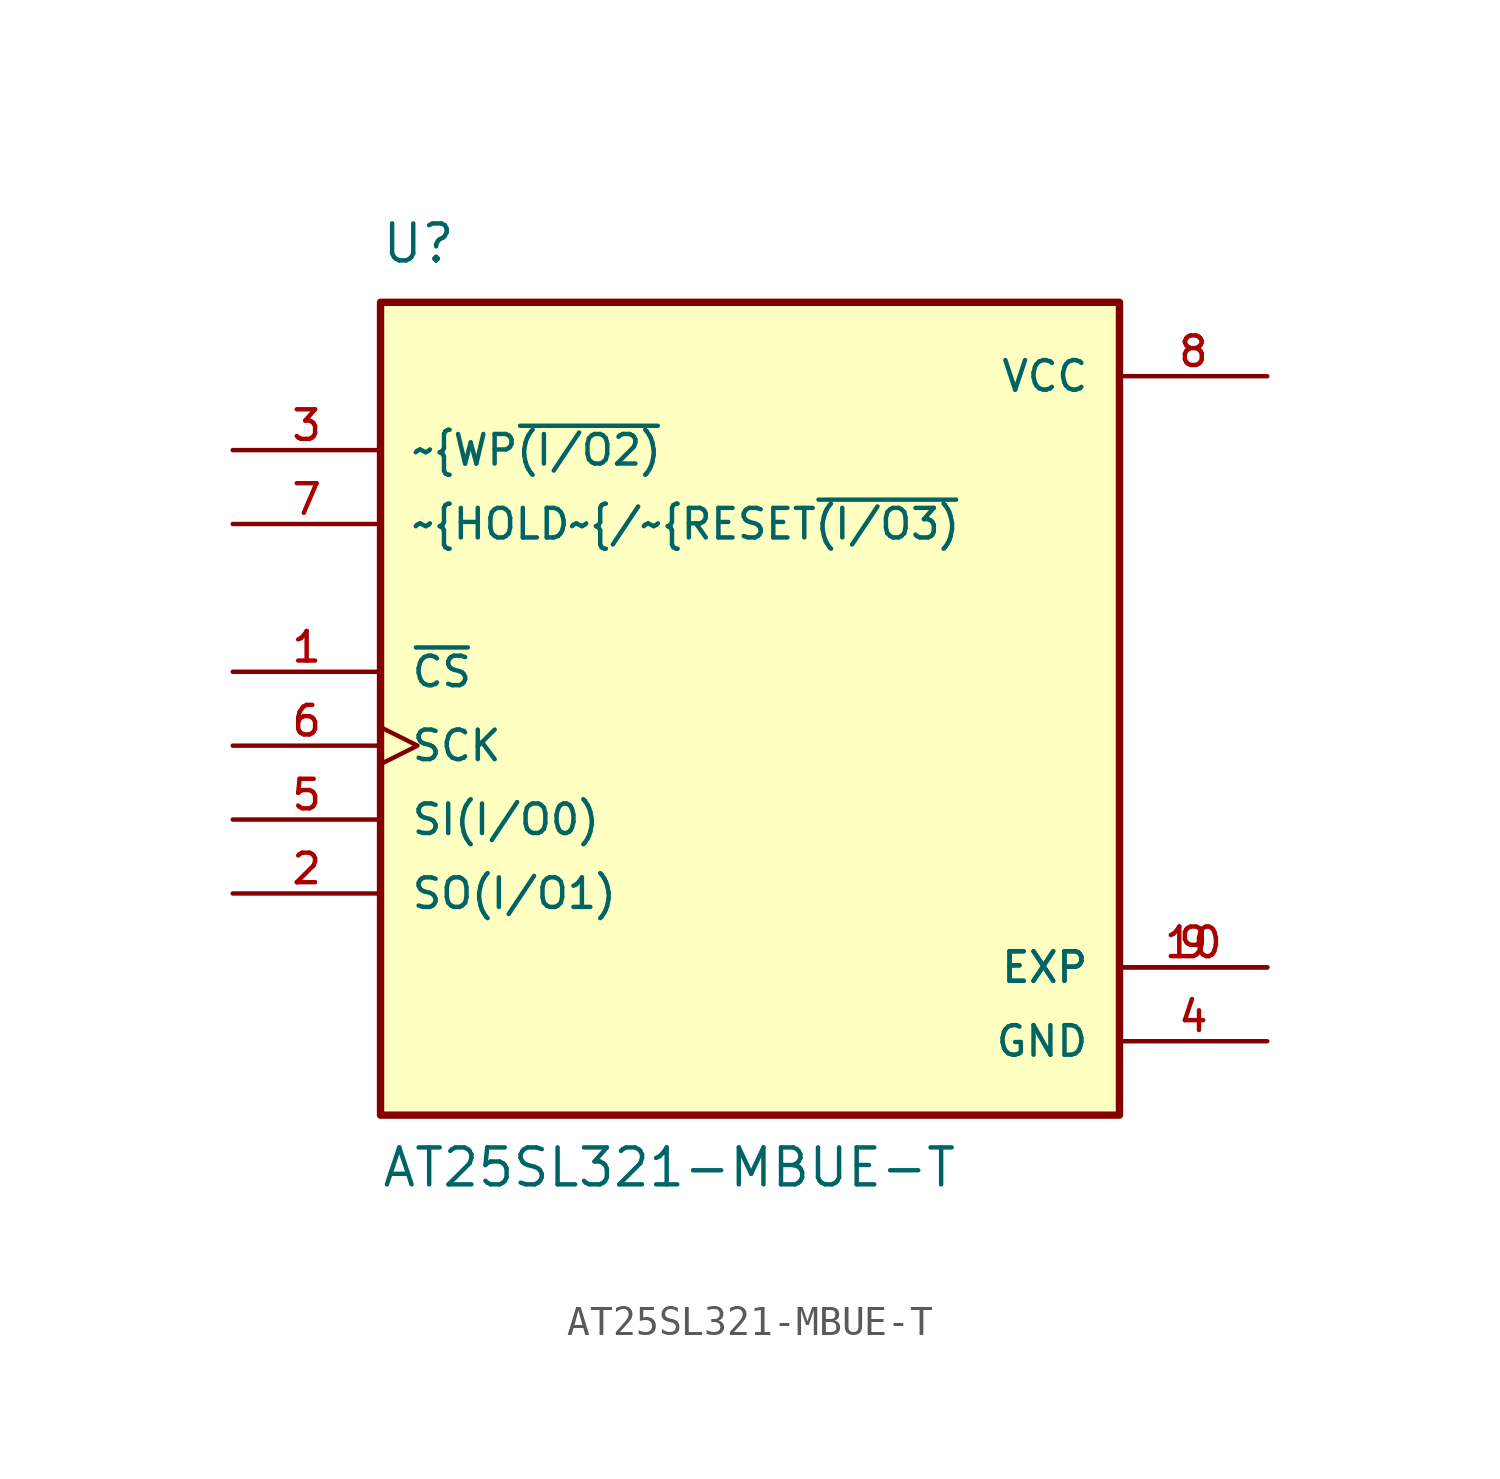
<source format=kicad_sym>
(kicad_symbol_lib
  (version 20211014)
  (generator kicad_symbol_editor)
  (symbol "AT25SL321-MBUE-T"
    (pin_names
      (offset 1.016))
    (property "Reference" "U"
      (at -12.704 13.978 0)
      (effects (font (size 1.27 1.27)) (justify bottom left)))
    (property "Value" "AT25SL321-MBUE-T"
      (at -12.701 -17.783 0)
      (effects (font (size 1.27 1.27)) (justify bottom left)))
    (symbol "AT25SL321-MBUE-T_0_0"
      (rectangle (start -12.7 -15.24) (end 12.7 12.7) (stroke (width 0.254)) (fill (type background)))
      (pin input line (at -17.78 0.0 0) (length 5.08) (name "~{CS}" (effects (font (size 1.016 1.016)))) (number "1" (effects (font (size 1.016 1.016)))))
      (pin power_in line (at 17.78 10.16 180.0) (length 5.08) (name "VCC" (effects (font (size 1.016 1.016)))) (number "8" (effects (font (size 1.016 1.016)))))
      (pin power_in line (at 17.78 -12.7 180.0) (length 5.08) (name "GND" (effects (font (size 1.016 1.016)))) (number "4" (effects (font (size 1.016 1.016)))))
      (pin bidirectional line (at -17.78 -7.62 0) (length 5.08) (name "SO(I/O1)" (effects (font (size 1.016 1.016)))) (number "2" (effects (font (size 1.016 1.016)))))
      (pin bidirectional line (at -17.78 7.62 0) (length 5.08) (name "~{WP~{(I/O2)}" (effects (font (size 1.016 1.016)))) (number "3" (effects (font (size 1.016 1.016)))))
      (pin bidirectional line (at -17.78 -5.08 0) (length 5.08) (name "SI(I/O0)" (effects (font (size 1.016 1.016)))) (number "5" (effects (font (size 1.016 1.016)))))
      (pin bidirectional line (at -17.78 5.08 0) (length 5.08) (name "~{HOLD~{/~{RESET~{(I/O3)}" (effects (font (size 1.016 1.016)))) (number "7" (effects (font (size 1.016 1.016)))))
      (pin input clock (at -17.78 -2.54 0) (length 5.08) (name "SCK" (effects (font (size 1.016 1.016)))) (number "6" (effects (font (size 1.016 1.016)))))
      (pin power_in line (at 17.78 -10.16 180.0) (length 5.08) (name "EXP" (effects (font (size 1.016 1.016)))) (number "9" (effects (font (size 1.016 1.016)))))
      (pin power_in line (at 17.78 -10.16 180.0) (length 5.08) (name "EXP" (effects (font (size 1.016 1.016)))) (number "10" (effects (font (size 1.016 1.016))))))))
</source>
